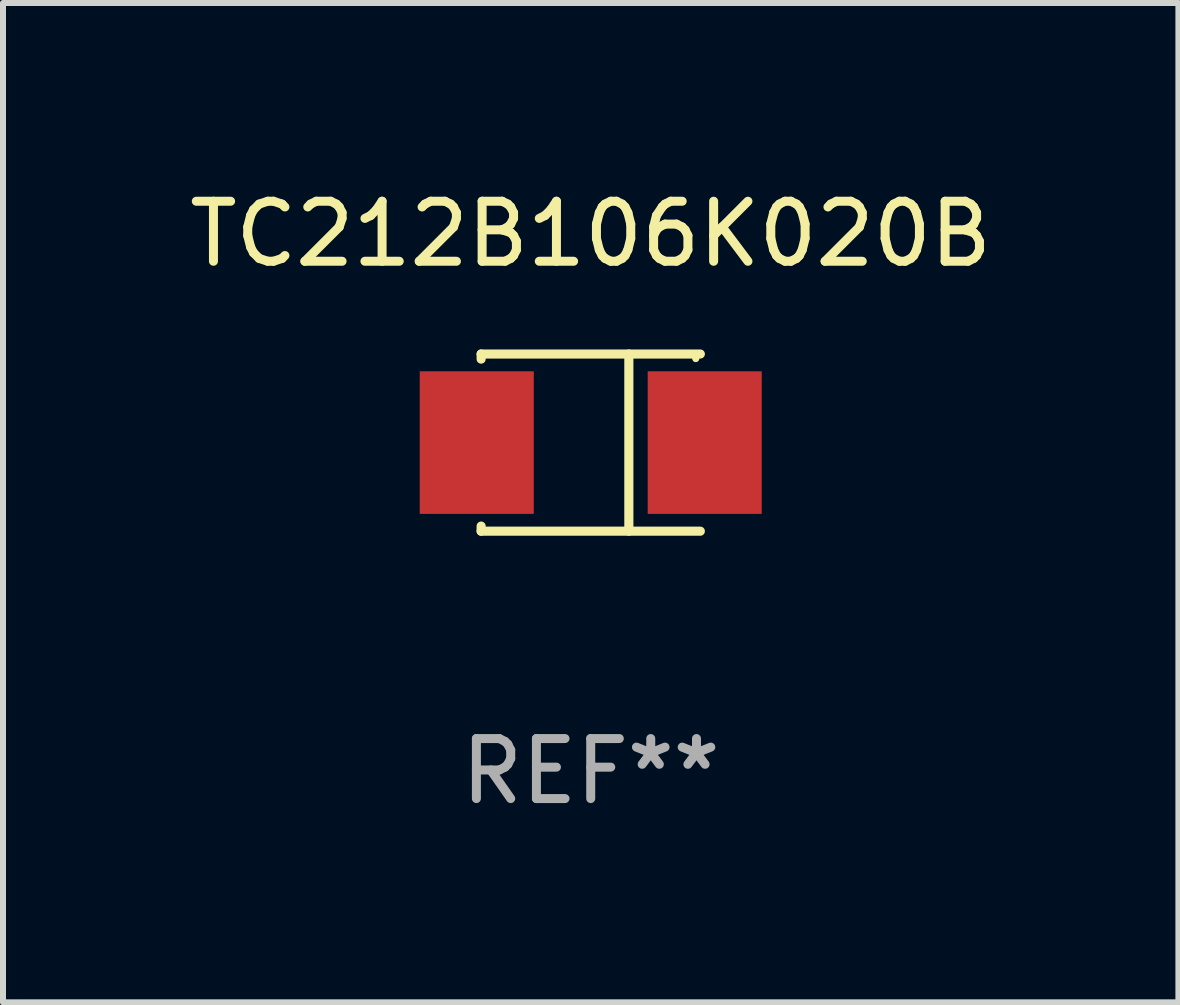
<source format=kicad_pcb>
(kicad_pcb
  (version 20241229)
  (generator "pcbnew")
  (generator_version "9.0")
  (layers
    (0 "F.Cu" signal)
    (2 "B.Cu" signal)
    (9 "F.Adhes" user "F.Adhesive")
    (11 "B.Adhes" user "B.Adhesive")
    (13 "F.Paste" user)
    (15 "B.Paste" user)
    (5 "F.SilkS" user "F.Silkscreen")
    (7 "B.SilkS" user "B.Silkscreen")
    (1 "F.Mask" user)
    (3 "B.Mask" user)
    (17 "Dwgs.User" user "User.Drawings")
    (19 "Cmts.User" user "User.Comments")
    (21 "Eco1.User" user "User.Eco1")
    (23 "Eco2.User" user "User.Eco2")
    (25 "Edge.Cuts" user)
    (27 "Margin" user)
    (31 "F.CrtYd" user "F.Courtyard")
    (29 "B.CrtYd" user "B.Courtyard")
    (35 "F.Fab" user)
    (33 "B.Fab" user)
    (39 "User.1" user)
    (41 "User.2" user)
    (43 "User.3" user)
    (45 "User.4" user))
  (footprint "TC212B106K020B"
    (layer "F.Cu")
    (at 6.792 4.324)
    (property "Reference" "TC212B106K020B" (at 0 -3.476 0) (layer "F.SilkS") (effects (font (size 1 1) (thickness 0.15))))
    (attr through_hole)
    (fp_line (start -1.826 -1.476) (end -1.826 -1.391) (stroke (width 0.152) (type solid)) (layer "F.SilkS"))
    (fp_line (start -1.826 -1.476) (end 1.826 -1.476) (stroke (width 0.152) (type solid)) (layer "F.SilkS"))
    (fp_line (start -1.826 1.476) (end -1.826 1.391) (stroke (width 0.152) (type solid)) (layer "F.SilkS"))
    (fp_line (start -1.826 1.476) (end 1.826 1.476) (stroke (width 0.152) (type solid)) (layer "F.SilkS"))
    (fp_line (start 0.635 -1.476) (end 0.635 1.476) (stroke (width 0.152) (type solid)) (layer "F.SilkS"))
    (fp_circle (center 1.75 -1.4) (end 1.78 -1.4) (stroke (width 0.06) (type solid)) (fill no) (layer "F.SilkS"))
    (fp_text user "REF**" (at 0 5.476 0) (layer "F.Fab") (effects (font (size 1 1) (thickness 0.15))))
    (pad "1" smd rect (at 1.899 0) (size 1.9 2.376) (layers "F.Cu" "F.Mask" "F.Paste"))
    (pad "2" smd rect (at -1.899 0) (size 1.9 2.376) (layers "F.Cu" "F.Mask" "F.Paste")))
  (gr_rect
    (start -3 -3)
    (end 16.583 13.649)
    (stroke (width 0.1) (type default))
    (fill no)
    (layer "Edge.Cuts")))
</source>
